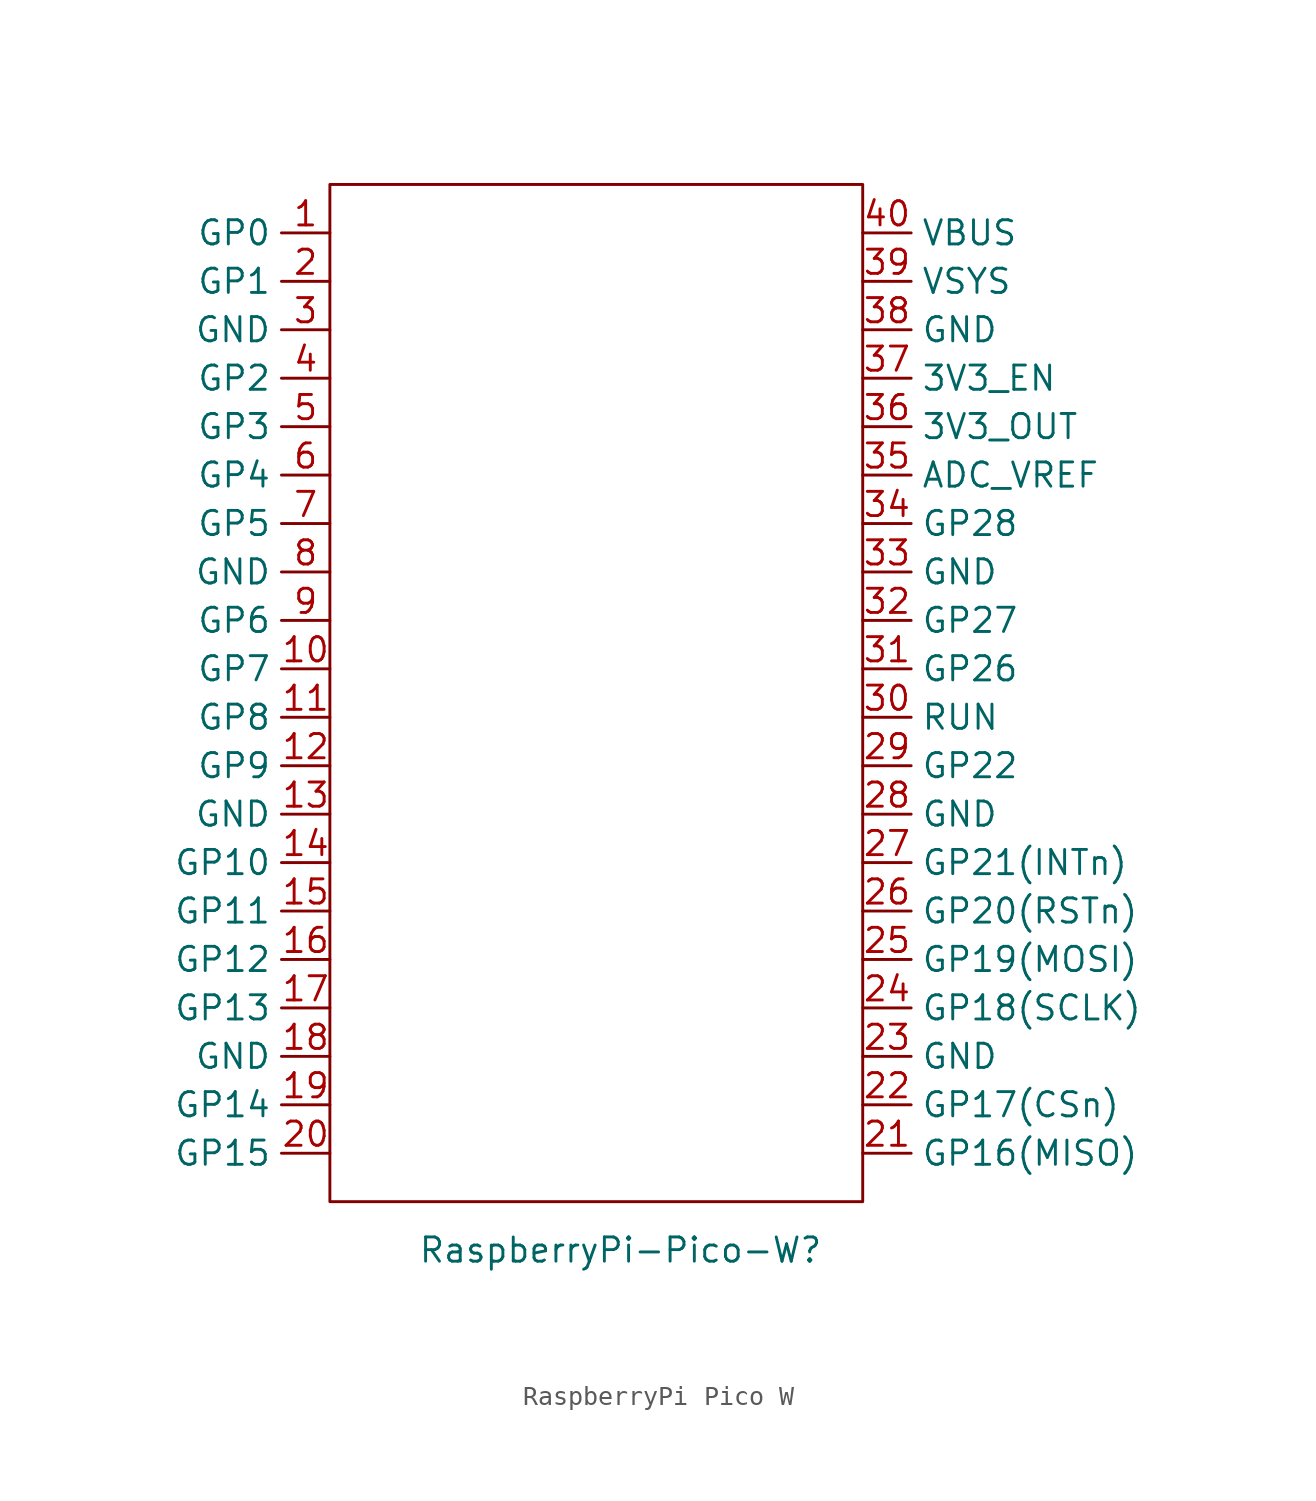
<source format=kicad_sym>
(kicad_symbol_lib
  (version 20220914)
  (generator kicad_symbol_editor)
  (symbol "RaspberryPi Pico W"
    (property "Reference" "RaspberryPi-Pico-W"
      (at 1.27 -27.94 0)
      (effects (font (size 1.27 1.27))))
    (symbol "RaspberryPi Pico W_0_0"
      (pin bidirectional line (at -13.97 25.4 180) (length 2.54) (name "GP0" (effects (font (size 1.27 1.27)))) (number "1" (effects (font (size 1.27 1.27)))))
      (pin bidirectional line (at -13.97 -22.86 180) (length 2.54) (name "GP15" (effects (font (size 1.27 1.27)))) (number "20" (effects (font (size 1.27 1.27)))))
      (pin passive line (at 13.97 -17.78 0) (length 2.54) (name "GND" (effects (font (size 1.27 1.27)))) (number "23" (effects (font (size 1.27 1.27)))))
      (pin power_in line (at 13.97 22.86 0) (length 2.54) (name "VSYS" (effects (font (size 1.27 1.27)))) (number "39" (effects (font (size 1.27 1.27)))))
      (pin power_in line (at 13.97 25.4 0) (length 2.54) (name "VBUS" (effects (font (size 1.27 1.27)))) (number "40" (effects (font (size 1.27 1.27))))))
    (symbol "RaspberryPi Pico W_0_1"
      (rectangle (start -13.97 27.94) (end 13.97 -25.4) (stroke (width 0) (type solid)) (fill (type none))))
    (symbol "RaspberryPi Pico W_1_1"
      (pin bidirectional line (at -13.97 2.54 180) (length 2.54) (name "GP7" (effects (font (size 1.27 1.27)))) (number "10" (effects (font (size 1.27 1.27)))))
      (pin bidirectional line (at -13.97 0 180) (length 2.54) (name "GP8" (effects (font (size 1.27 1.27)))) (number "11" (effects (font (size 1.27 1.27)))))
      (pin bidirectional line (at -13.97 -2.54 180) (length 2.54) (name "GP9" (effects (font (size 1.27 1.27)))) (number "12" (effects (font (size 1.27 1.27)))))
      (pin passive line (at -13.97 -5.08 180) (length 2.54) (name "GND" (effects (font (size 1.27 1.27)))) (number "13" (effects (font (size 1.27 1.27)))))
      (pin bidirectional line (at -13.97 -7.62 180) (length 2.54) (name "GP10" (effects (font (size 1.27 1.27)))) (number "14" (effects (font (size 1.27 1.27)))))
      (pin bidirectional line (at -13.97 -10.16 180) (length 2.54) (name "GP11" (effects (font (size 1.27 1.27)))) (number "15" (effects (font (size 1.27 1.27)))))
      (pin bidirectional line (at -13.97 -12.7 180) (length 2.54) (name "GP12" (effects (font (size 1.27 1.27)))) (number "16" (effects (font (size 1.27 1.27)))))
      (pin bidirectional line (at -13.97 -15.24 180) (length 2.54) (name "GP13" (effects (font (size 1.27 1.27)))) (number "17" (effects (font (size 1.27 1.27)))))
      (pin passive line (at -13.97 -17.78 180) (length 2.54) (name "GND" (effects (font (size 1.27 1.27)))) (number "18" (effects (font (size 1.27 1.27)))))
      (pin bidirectional line (at -13.97 -20.32 180) (length 2.54) (name "GP14" (effects (font (size 1.27 1.27)))) (number "19" (effects (font (size 1.27 1.27)))))
      (pin bidirectional line (at -13.97 22.86 180) (length 2.54) (name "GP1" (effects (font (size 1.27 1.27)))) (number "2" (effects (font (size 1.27 1.27)))))
      (pin bidirectional line (at 13.97 -22.86 0) (length 2.54) (name "GP16(MISO)" (effects (font (size 1.27 1.27)))) (number "21" (effects (font (size 1.27 1.27)))))
      (pin bidirectional line (at 13.97 -20.32 0) (length 2.54) (name "GP17(CSn)" (effects (font (size 1.27 1.27)))) (number "22" (effects (font (size 1.27 1.27)))))
      (pin bidirectional line (at 13.97 -15.24 0) (length 2.54) (name "GP18(SCLK)" (effects (font (size 1.27 1.27)))) (number "24" (effects (font (size 1.27 1.27)))))
      (pin bidirectional line (at 13.97 -12.7 0) (length 2.54) (name "GP19(MOSI)" (effects (font (size 1.27 1.27)))) (number "25" (effects (font (size 1.27 1.27)))))
      (pin bidirectional line (at 13.97 -10.16 0) (length 2.54) (name "GP20(RSTn)" (effects (font (size 1.27 1.27)))) (number "26" (effects (font (size 1.27 1.27)))))
      (pin bidirectional line (at 13.97 -7.62 0) (length 2.54) (name "GP21(INTn)" (effects (font (size 1.27 1.27)))) (number "27" (effects (font (size 1.27 1.27)))))
      (pin passive line (at 13.97 -5.08 0) (length 2.54) (name "GND" (effects (font (size 1.27 1.27)))) (number "28" (effects (font (size 1.27 1.27)))))
      (pin bidirectional line (at 13.97 -2.54 0) (length 2.54) (name "GP22" (effects (font (size 1.27 1.27)))) (number "29" (effects (font (size 1.27 1.27)))))
      (pin passive line (at -13.97 20.32 180) (length 2.54) (name "GND" (effects (font (size 1.27 1.27)))) (number "3" (effects (font (size 1.27 1.27)))))
      (pin input line (at 13.97 0 0) (length 2.54) (name "RUN" (effects (font (size 1.27 1.27)))) (number "30" (effects (font (size 1.27 1.27)))))
      (pin bidirectional line (at 13.97 2.54 0) (length 2.54) (name "GP26" (effects (font (size 1.27 1.27)))) (number "31" (effects (font (size 1.27 1.27)))))
      (pin bidirectional line (at 13.97 5.08 0) (length 2.54) (name "GP27" (effects (font (size 1.27 1.27)))) (number "32" (effects (font (size 1.27 1.27)))))
      (pin passive line (at 13.97 7.62 0) (length 2.54) (name "GND" (effects (font (size 1.27 1.27)))) (number "33" (effects (font (size 1.27 1.27)))))
      (pin bidirectional line (at 13.97 10.16 0) (length 2.54) (name "GP28" (effects (font (size 1.27 1.27)))) (number "34" (effects (font (size 1.27 1.27)))))
      (pin input line (at 13.97 12.7 0) (length 2.54) (name "ADC_VREF" (effects (font (size 1.27 1.27)))) (number "35" (effects (font (size 1.27 1.27)))))
      (pin power_out line (at 13.97 15.24 0) (length 2.54) (name "3V3_OUT" (effects (font (size 1.27 1.27)))) (number "36" (effects (font (size 1.27 1.27)))))
      (pin input line (at 13.97 17.78 0) (length 2.54) (name "3V3_EN" (effects (font (size 1.27 1.27)))) (number "37" (effects (font (size 1.27 1.27)))))
      (pin passive line (at 13.97 20.32 0) (length 2.54) (name "GND" (effects (font (size 1.27 1.27)))) (number "38" (effects (font (size 1.27 1.27)))))
      (pin bidirectional line (at -13.97 17.78 180) (length 2.54) (name "GP2" (effects (font (size 1.27 1.27)))) (number "4" (effects (font (size 1.27 1.27)))))
      (pin bidirectional line (at -13.97 15.24 180) (length 2.54) (name "GP3" (effects (font (size 1.27 1.27)))) (number "5" (effects (font (size 1.27 1.27)))))
      (pin bidirectional line (at -13.97 12.7 180) (length 2.54) (name "GP4" (effects (font (size 1.27 1.27)))) (number "6" (effects (font (size 1.27 1.27)))))
      (pin bidirectional line (at -13.97 10.16 180) (length 2.54) (name "GP5" (effects (font (size 1.27 1.27)))) (number "7" (effects (font (size 1.27 1.27)))))
      (pin passive line (at -13.97 7.62 180) (length 2.54) (name "GND" (effects (font (size 1.27 1.27)))) (number "8" (effects (font (size 1.27 1.27)))))
      (pin bidirectional line (at -13.97 5.08 180) (length 2.54) (name "GP6" (effects (font (size 1.27 1.27)))) (number "9" (effects (font (size 1.27 1.27))))))))
</source>
